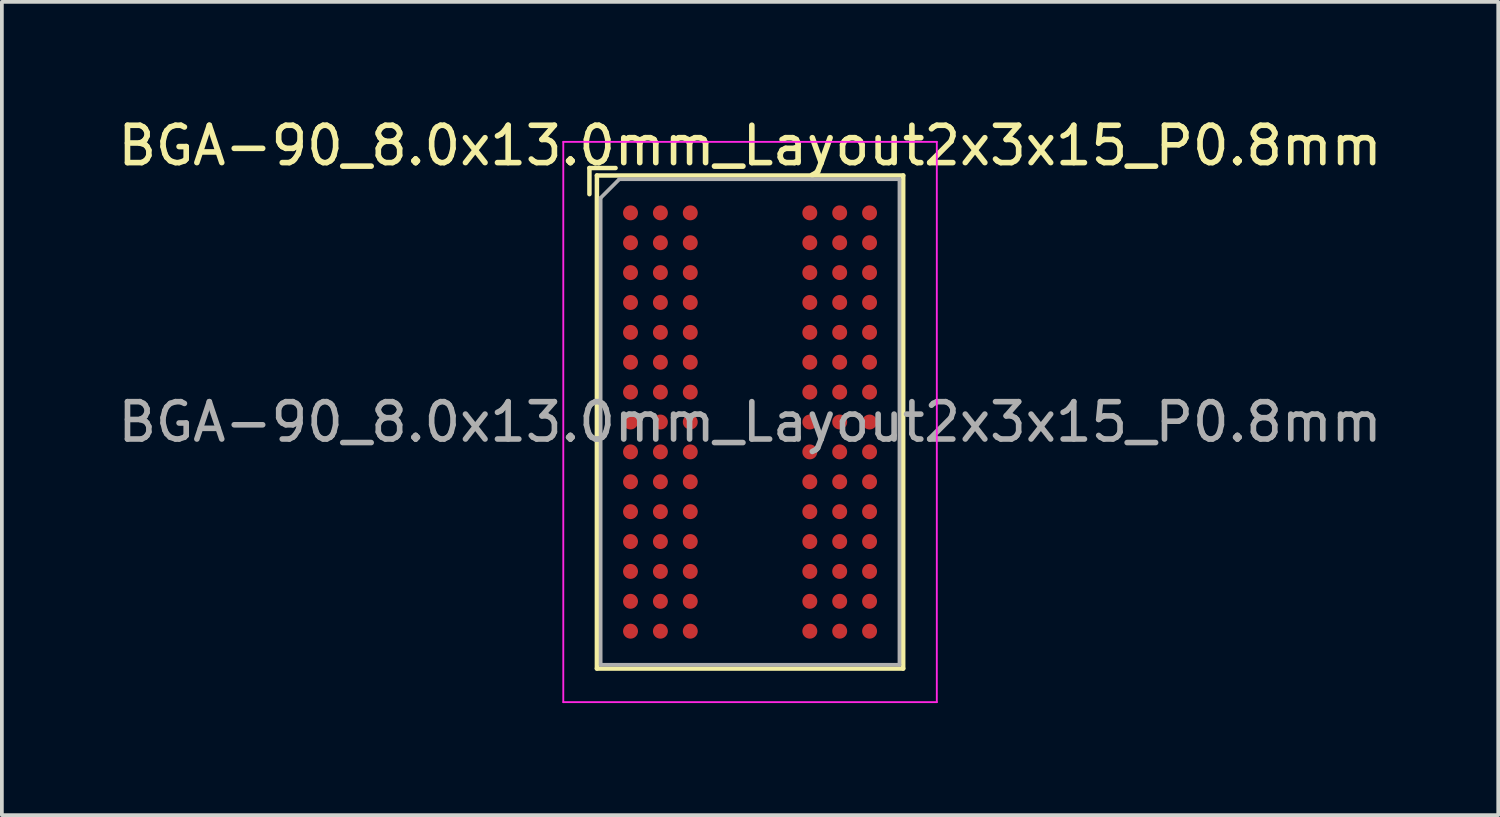
<source format=kicad_pcb>
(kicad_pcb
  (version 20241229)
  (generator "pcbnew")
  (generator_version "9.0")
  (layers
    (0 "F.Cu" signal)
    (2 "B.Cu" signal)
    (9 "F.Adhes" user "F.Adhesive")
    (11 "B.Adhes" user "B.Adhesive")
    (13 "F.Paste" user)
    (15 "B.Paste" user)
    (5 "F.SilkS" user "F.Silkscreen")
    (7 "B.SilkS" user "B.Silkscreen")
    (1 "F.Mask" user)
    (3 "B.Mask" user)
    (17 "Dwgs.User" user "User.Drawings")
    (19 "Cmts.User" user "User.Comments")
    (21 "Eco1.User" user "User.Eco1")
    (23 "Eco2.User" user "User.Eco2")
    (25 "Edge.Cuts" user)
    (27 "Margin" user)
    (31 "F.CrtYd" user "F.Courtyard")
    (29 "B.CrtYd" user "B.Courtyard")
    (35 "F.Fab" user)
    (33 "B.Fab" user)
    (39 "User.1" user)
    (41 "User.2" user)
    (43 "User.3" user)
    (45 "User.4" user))
  (footprint "BGA-90_8.0x13.0mm_Layout2x3x15_P0.8mm"
    (layer "F.Cu")
    (at 17.03 8.248)
    (property "Reference" "BGA-90_8.0x13.0mm_Layout2x3x15_P0.8mm" (at 0 -7.4 0) (layer "F.SilkS") (effects (font (size 1 1) (thickness 0.15))))
    (attr smd)
    (fp_line (start -4.3 -6.8) (end -3.6 -6.8) (stroke (width 0.12) (type solid)) (layer "F.SilkS"))
    (fp_line (start -4.3 -6.1) (end -4.3 -6.8) (stroke (width 0.12) (type solid)) (layer "F.SilkS"))
    (fp_line (start -4.1 -6.6) (end -4.1 6.6) (stroke (width 0.12) (type solid)) (layer "F.SilkS"))
    (fp_line (start -4.1 6.6) (end 4.1 6.6) (stroke (width 0.12) (type solid)) (layer "F.SilkS"))
    (fp_line (start 4.1 -6.6) (end -4.1 -6.6) (stroke (width 0.12) (type solid)) (layer "F.SilkS"))
    (fp_line (start 4.1 6.6) (end 4.1 -6.6) (stroke (width 0.12) (type solid)) (layer "F.SilkS"))
    (fp_line (start -5 -7.5) (end -5 7.5) (stroke (width 0.05) (type solid)) (layer "F.CrtYd"))
    (fp_line (start -5 -7.5) (end 5 -7.5) (stroke (width 0.05) (type solid)) (layer "F.CrtYd"))
    (fp_line (start 5 7.5) (end -5 7.5) (stroke (width 0.05) (type solid)) (layer "F.CrtYd"))
    (fp_line (start 5 7.5) (end 5 -7.5) (stroke (width 0.05) (type solid)) (layer "F.CrtYd"))
    (fp_line (start -4 -6) (end -4 6.5) (stroke (width 0.1) (type solid)) (layer "F.Fab"))
    (fp_line (start -4 6.5) (end 4 6.5) (stroke (width 0.1) (type solid)) (layer "F.Fab"))
    (fp_line (start -3.5 -6.5) (end -4 -6) (stroke (width 0.1) (type solid)) (layer "F.Fab"))
    (fp_line (start 4 -6.5) (end -3.5 -6.5) (stroke (width 0.1) (type solid)) (layer "F.Fab"))
    (fp_line (start 4 6.5) (end 4 -6.5) (stroke (width 0.1) (type solid)) (layer "F.Fab"))
    (fp_text user "${REFERENCE}" (at 0 0 0) (layer "F.Fab") (effects (font (size 1 1) (thickness 0.15))))
    (pad "A1" smd circle (at -3.2 -5.6) (size 0.4 0.4) (layers "F.Cu" "F.Mask" "F.Paste"))
    (pad "A2" smd circle (at -2.4 -5.6) (size 0.4 0.4) (layers "F.Cu" "F.Mask" "F.Paste"))
    (pad "A3" smd circle (at -1.6 -5.6) (size 0.4 0.4) (layers "F.Cu" "F.Mask" "F.Paste"))
    (pad "A7" smd circle (at 1.6 -5.6) (size 0.4 0.4) (layers "F.Cu" "F.Mask" "F.Paste"))
    (pad "A8" smd circle (at 2.4 -5.6) (size 0.4 0.4) (layers "F.Cu" "F.Mask" "F.Paste"))
    (pad "A9" smd circle (at 3.2 -5.6) (size 0.4 0.4) (layers "F.Cu" "F.Mask" "F.Paste"))
    (pad "B1" smd circle (at -3.2 -4.8) (size 0.4 0.4) (layers "F.Cu" "F.Mask" "F.Paste"))
    (pad "B2" smd circle (at -2.4 -4.8) (size 0.4 0.4) (layers "F.Cu" "F.Mask" "F.Paste"))
    (pad "B3" smd circle (at -1.6 -4.8) (size 0.4 0.4) (layers "F.Cu" "F.Mask" "F.Paste"))
    (pad "B7" smd circle (at 1.6 -4.8) (size 0.4 0.4) (layers "F.Cu" "F.Mask" "F.Paste"))
    (pad "B8" smd circle (at 2.4 -4.8) (size 0.4 0.4) (layers "F.Cu" "F.Mask" "F.Paste"))
    (pad "B9" smd circle (at 3.2 -4.8) (size 0.4 0.4) (layers "F.Cu" "F.Mask" "F.Paste"))
    (pad "C1" smd circle (at -3.2 -4) (size 0.4 0.4) (layers "F.Cu" "F.Mask" "F.Paste"))
    (pad "C2" smd circle (at -2.4 -4) (size 0.4 0.4) (layers "F.Cu" "F.Mask" "F.Paste"))
    (pad "C3" smd circle (at -1.6 -4) (size 0.4 0.4) (layers "F.Cu" "F.Mask" "F.Paste"))
    (pad "C7" smd circle (at 1.6 -4) (size 0.4 0.4) (layers "F.Cu" "F.Mask" "F.Paste"))
    (pad "C8" smd circle (at 2.4 -4) (size 0.4 0.4) (layers "F.Cu" "F.Mask" "F.Paste"))
    (pad "C9" smd circle (at 3.2 -4) (size 0.4 0.4) (layers "F.Cu" "F.Mask" "F.Paste"))
    (pad "D1" smd circle (at -3.2 -3.2) (size 0.4 0.4) (layers "F.Cu" "F.Mask" "F.Paste"))
    (pad "D2" smd circle (at -2.4 -3.2) (size 0.4 0.4) (layers "F.Cu" "F.Mask" "F.Paste"))
    (pad "D3" smd circle (at -1.6 -3.2) (size 0.4 0.4) (layers "F.Cu" "F.Mask" "F.Paste"))
    (pad "D7" smd circle (at 1.6 -3.2) (size 0.4 0.4) (layers "F.Cu" "F.Mask" "F.Paste"))
    (pad "D8" smd circle (at 2.4 -3.2) (size 0.4 0.4) (layers "F.Cu" "F.Mask" "F.Paste"))
    (pad "D9" smd circle (at 3.2 -3.2) (size 0.4 0.4) (layers "F.Cu" "F.Mask" "F.Paste"))
    (pad "E1" smd circle (at -3.2 -2.4) (size 0.4 0.4) (layers "F.Cu" "F.Mask" "F.Paste"))
    (pad "E2" smd circle (at -2.4 -2.4) (size 0.4 0.4) (layers "F.Cu" "F.Mask" "F.Paste"))
    (pad "E3" smd circle (at -1.6 -2.4) (size 0.4 0.4) (layers "F.Cu" "F.Mask" "F.Paste"))
    (pad "E7" smd circle (at 1.6 -2.4) (size 0.4 0.4) (layers "F.Cu" "F.Mask" "F.Paste"))
    (pad "E8" smd circle (at 2.4 -2.4) (size 0.4 0.4) (layers "F.Cu" "F.Mask" "F.Paste"))
    (pad "E9" smd circle (at 3.2 -2.4) (size 0.4 0.4) (layers "F.Cu" "F.Mask" "F.Paste"))
    (pad "F1" smd circle (at -3.2 -1.6) (size 0.4 0.4) (layers "F.Cu" "F.Mask" "F.Paste"))
    (pad "F2" smd circle (at -2.4 -1.6) (size 0.4 0.4) (layers "F.Cu" "F.Mask" "F.Paste"))
    (pad "F3" smd circle (at -1.6 -1.6) (size 0.4 0.4) (layers "F.Cu" "F.Mask" "F.Paste"))
    (pad "F7" smd circle (at 1.6 -1.6) (size 0.4 0.4) (layers "F.Cu" "F.Mask" "F.Paste"))
    (pad "F8" smd circle (at 2.4 -1.6) (size 0.4 0.4) (layers "F.Cu" "F.Mask" "F.Paste"))
    (pad "F9" smd circle (at 3.2 -1.6) (size 0.4 0.4) (layers "F.Cu" "F.Mask" "F.Paste"))
    (pad "G1" smd circle (at -3.2 -0.8) (size 0.4 0.4) (layers "F.Cu" "F.Mask" "F.Paste"))
    (pad "G2" smd circle (at -2.4 -0.8) (size 0.4 0.4) (layers "F.Cu" "F.Mask" "F.Paste"))
    (pad "G3" smd circle (at -1.6 -0.8) (size 0.4 0.4) (layers "F.Cu" "F.Mask" "F.Paste"))
    (pad "G7" smd circle (at 1.6 -0.8) (size 0.4 0.4) (layers "F.Cu" "F.Mask" "F.Paste"))
    (pad "G8" smd circle (at 2.4 -0.8) (size 0.4 0.4) (layers "F.Cu" "F.Mask" "F.Paste"))
    (pad "G9" smd circle (at 3.2 -0.8) (size 0.4 0.4) (layers "F.Cu" "F.Mask" "F.Paste"))
    (pad "H1" smd circle (at -3.2 0) (size 0.4 0.4) (layers "F.Cu" "F.Mask" "F.Paste"))
    (pad "H2" smd circle (at -2.4 0) (size 0.4 0.4) (layers "F.Cu" "F.Mask" "F.Paste"))
    (pad "H3" smd circle (at -1.6 0) (size 0.4 0.4) (layers "F.Cu" "F.Mask" "F.Paste"))
    (pad "H7" smd circle (at 1.6 0) (size 0.4 0.4) (layers "F.Cu" "F.Mask" "F.Paste"))
    (pad "H8" smd circle (at 2.4 0) (size 0.4 0.4) (layers "F.Cu" "F.Mask" "F.Paste"))
    (pad "H9" smd circle (at 3.2 0) (size 0.4 0.4) (layers "F.Cu" "F.Mask" "F.Paste"))
    (pad "J1" smd circle (at -3.2 0.8) (size 0.4 0.4) (layers "F.Cu" "F.Mask" "F.Paste"))
    (pad "J2" smd circle (at -2.4 0.8) (size 0.4 0.4) (layers "F.Cu" "F.Mask" "F.Paste"))
    (pad "J3" smd circle (at -1.6 0.8) (size 0.4 0.4) (layers "F.Cu" "F.Mask" "F.Paste"))
    (pad "J7" smd circle (at 1.6 0.8) (size 0.4 0.4) (layers "F.Cu" "F.Mask" "F.Paste"))
    (pad "J8" smd circle (at 2.4 0.8) (size 0.4 0.4) (layers "F.Cu" "F.Mask" "F.Paste"))
    (pad "J9" smd circle (at 3.2 0.8) (size 0.4 0.4) (layers "F.Cu" "F.Mask" "F.Paste"))
    (pad "K1" smd circle (at -3.2 1.6) (size 0.4 0.4) (layers "F.Cu" "F.Mask" "F.Paste"))
    (pad "K2" smd circle (at -2.4 1.6) (size 0.4 0.4) (layers "F.Cu" "F.Mask" "F.Paste"))
    (pad "K3" smd circle (at -1.6 1.6) (size 0.4 0.4) (layers "F.Cu" "F.Mask" "F.Paste"))
    (pad "K7" smd circle (at 1.6 1.6) (size 0.4 0.4) (layers "F.Cu" "F.Mask" "F.Paste"))
    (pad "K8" smd circle (at 2.4 1.6) (size 0.4 0.4) (layers "F.Cu" "F.Mask" "F.Paste"))
    (pad "K9" smd circle (at 3.2 1.6) (size 0.4 0.4) (layers "F.Cu" "F.Mask" "F.Paste"))
    (pad "L1" smd circle (at -3.2 2.4) (size 0.4 0.4) (layers "F.Cu" "F.Mask" "F.Paste"))
    (pad "L2" smd circle (at -2.4 2.4) (size 0.4 0.4) (layers "F.Cu" "F.Mask" "F.Paste"))
    (pad "L3" smd circle (at -1.6 2.4) (size 0.4 0.4) (layers "F.Cu" "F.Mask" "F.Paste"))
    (pad "L7" smd circle (at 1.6 2.4) (size 0.4 0.4) (layers "F.Cu" "F.Mask" "F.Paste"))
    (pad "L8" smd circle (at 2.4 2.4) (size 0.4 0.4) (layers "F.Cu" "F.Mask" "F.Paste"))
    (pad "L9" smd circle (at 3.2 2.4) (size 0.4 0.4) (layers "F.Cu" "F.Mask" "F.Paste"))
    (pad "M1" smd circle (at -3.2 3.2) (size 0.4 0.4) (layers "F.Cu" "F.Mask" "F.Paste"))
    (pad "M2" smd circle (at -2.4 3.2) (size 0.4 0.4) (layers "F.Cu" "F.Mask" "F.Paste"))
    (pad "M3" smd circle (at -1.6 3.2) (size 0.4 0.4) (layers "F.Cu" "F.Mask" "F.Paste"))
    (pad "M7" smd circle (at 1.6 3.2) (size 0.4 0.4) (layers "F.Cu" "F.Mask" "F.Paste"))
    (pad "M8" smd circle (at 2.4 3.2) (size 0.4 0.4) (layers "F.Cu" "F.Mask" "F.Paste"))
    (pad "M9" smd circle (at 3.2 3.2) (size 0.4 0.4) (layers "F.Cu" "F.Mask" "F.Paste"))
    (pad "N1" smd circle (at -3.2 4) (size 0.4 0.4) (layers "F.Cu" "F.Mask" "F.Paste"))
    (pad "N2" smd circle (at -2.4 4) (size 0.4 0.4) (layers "F.Cu" "F.Mask" "F.Paste"))
    (pad "N3" smd circle (at -1.6 4) (size 0.4 0.4) (layers "F.Cu" "F.Mask" "F.Paste"))
    (pad "N7" smd circle (at 1.6 4) (size 0.4 0.4) (layers "F.Cu" "F.Mask" "F.Paste"))
    (pad "N8" smd circle (at 2.4 4) (size 0.4 0.4) (layers "F.Cu" "F.Mask" "F.Paste"))
    (pad "N9" smd circle (at 3.2 4) (size 0.4 0.4) (layers "F.Cu" "F.Mask" "F.Paste"))
    (pad "P1" smd circle (at -3.2 4.8) (size 0.4 0.4) (layers "F.Cu" "F.Mask" "F.Paste"))
    (pad "P2" smd circle (at -2.4 4.8) (size 0.4 0.4) (layers "F.Cu" "F.Mask" "F.Paste"))
    (pad "P3" smd circle (at -1.6 4.8) (size 0.4 0.4) (layers "F.Cu" "F.Mask" "F.Paste"))
    (pad "P7" smd circle (at 1.6 4.8) (size 0.4 0.4) (layers "F.Cu" "F.Mask" "F.Paste"))
    (pad "P8" smd circle (at 2.4 4.8) (size 0.4 0.4) (layers "F.Cu" "F.Mask" "F.Paste"))
    (pad "P9" smd circle (at 3.2 4.8) (size 0.4 0.4) (layers "F.Cu" "F.Mask" "F.Paste"))
    (pad "R1" smd circle (at -3.2 5.6) (size 0.4 0.4) (layers "F.Cu" "F.Mask" "F.Paste"))
    (pad "R2" smd circle (at -2.4 5.6) (size 0.4 0.4) (layers "F.Cu" "F.Mask" "F.Paste"))
    (pad "R3" smd circle (at -1.6 5.6) (size 0.4 0.4) (layers "F.Cu" "F.Mask" "F.Paste"))
    (pad "R7" smd circle (at 1.6 5.6) (size 0.4 0.4) (layers "F.Cu" "F.Mask" "F.Paste"))
    (pad "R8" smd circle (at 2.4 5.6) (size 0.4 0.4) (layers "F.Cu" "F.Mask" "F.Paste"))
    (pad "R9" smd circle (at 3.2 5.6) (size 0.4 0.4) (layers "F.Cu" "F.Mask" "F.Paste")))
  (gr_rect
    (start -3 -3)
    (end 37.06 18.773)
    (stroke (width 0.1) (type default))
    (fill no)
    (layer "Edge.Cuts")))
</source>
